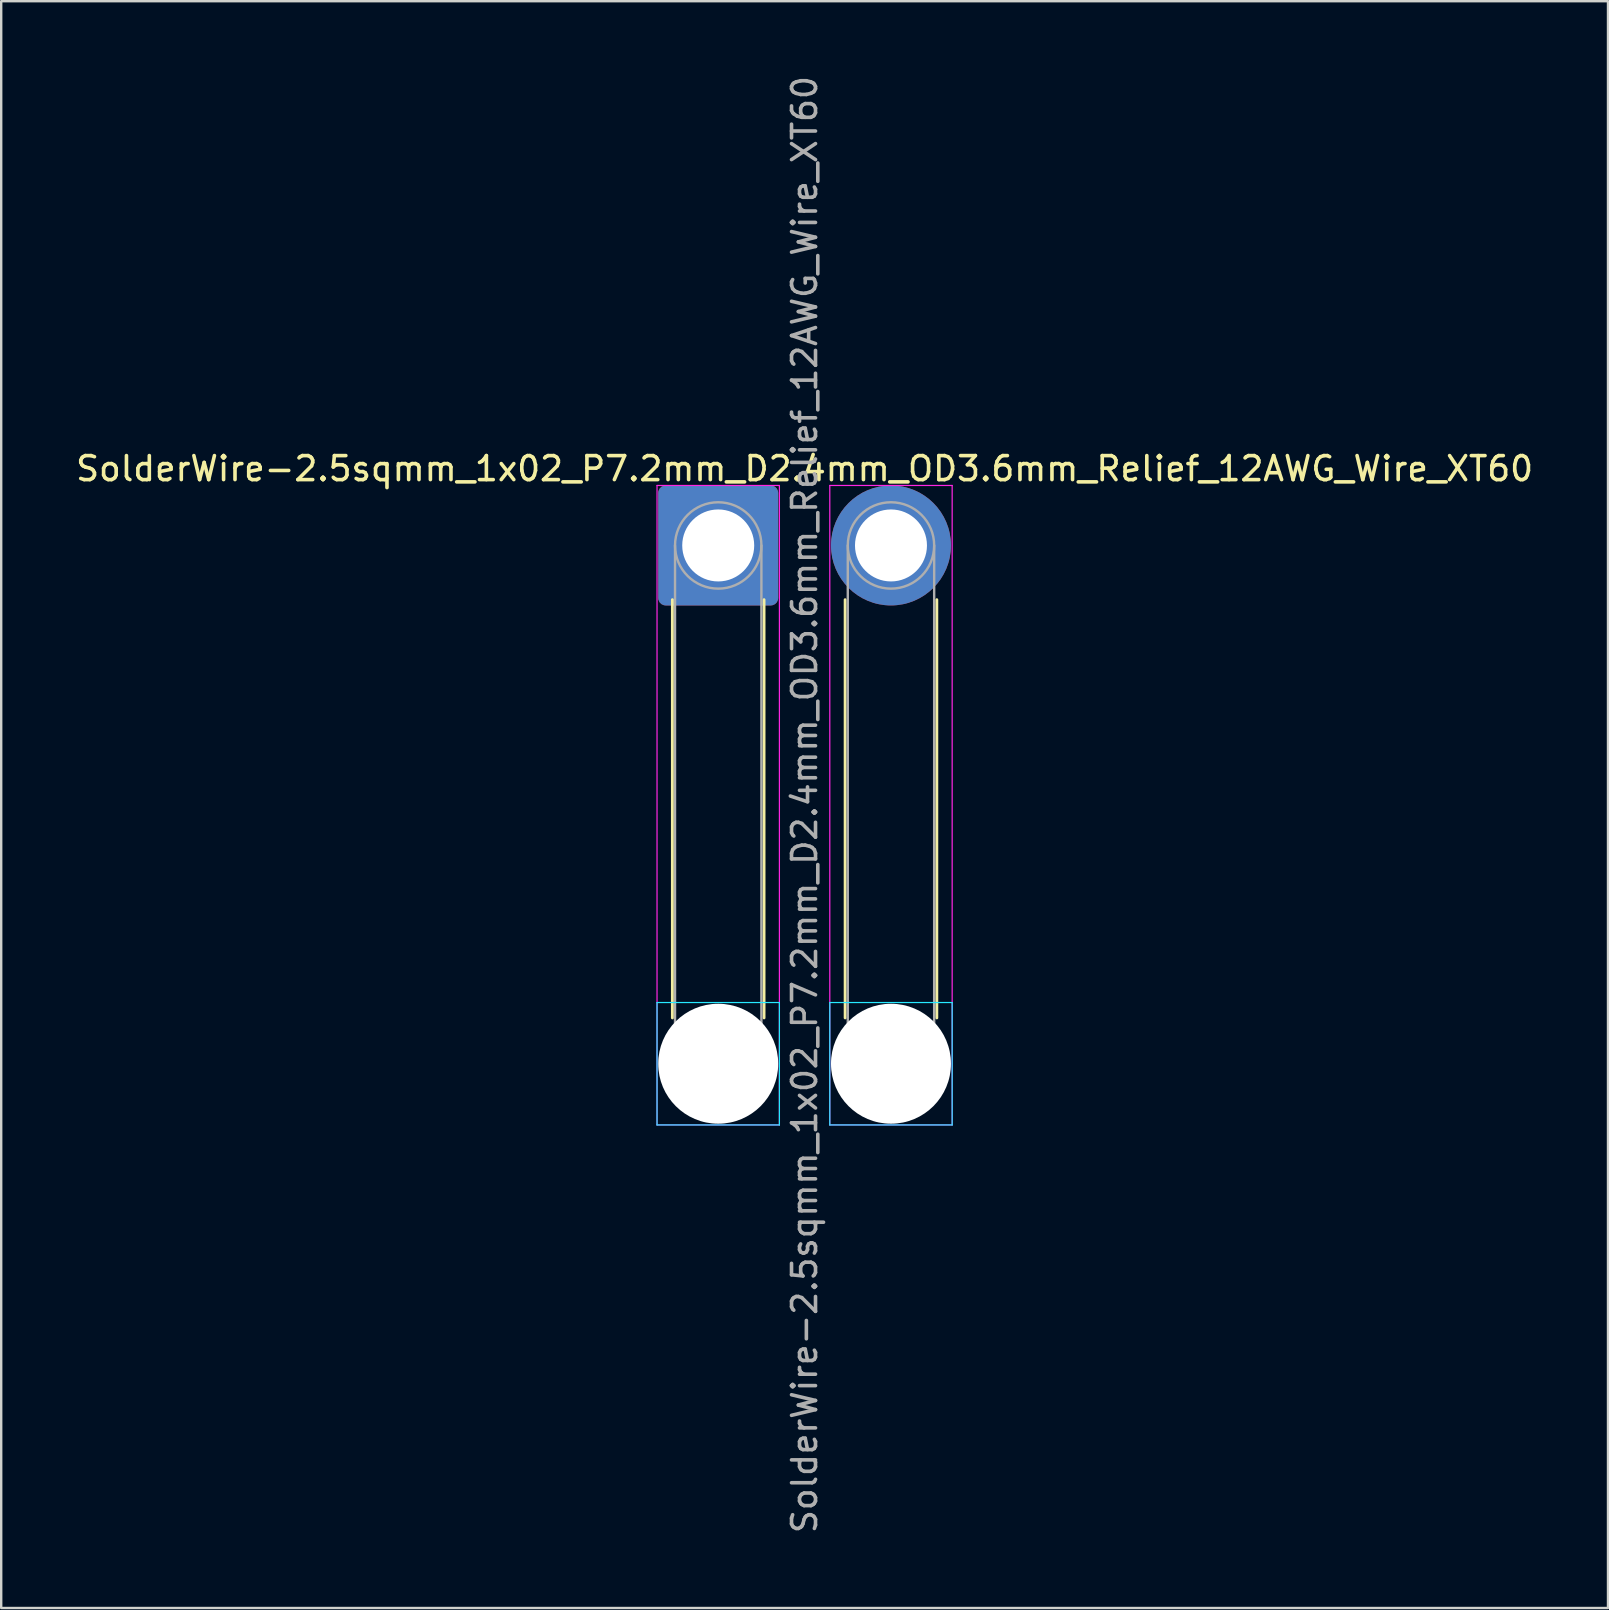
<source format=kicad_pcb>
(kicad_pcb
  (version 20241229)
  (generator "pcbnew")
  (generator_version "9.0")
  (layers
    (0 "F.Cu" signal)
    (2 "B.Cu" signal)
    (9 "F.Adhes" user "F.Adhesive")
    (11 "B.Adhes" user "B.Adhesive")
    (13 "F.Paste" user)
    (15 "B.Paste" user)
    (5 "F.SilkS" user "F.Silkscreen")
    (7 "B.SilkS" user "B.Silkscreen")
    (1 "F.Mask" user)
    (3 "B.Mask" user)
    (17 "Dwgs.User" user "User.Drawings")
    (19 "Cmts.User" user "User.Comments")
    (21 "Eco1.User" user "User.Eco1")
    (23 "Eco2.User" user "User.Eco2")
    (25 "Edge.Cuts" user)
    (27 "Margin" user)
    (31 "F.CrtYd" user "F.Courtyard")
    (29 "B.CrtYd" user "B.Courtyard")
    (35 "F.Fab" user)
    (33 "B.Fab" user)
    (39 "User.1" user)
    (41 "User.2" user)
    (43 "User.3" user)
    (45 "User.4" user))
  (footprint "SolderWire-2.5sqmm_1x02_P7.2mm_D2.4mm_OD3.6mm_Relief_12AWG_Wire_XT60"
    (layer "F.Cu")
    (at 26.882 19.682)
    (property "Reference" "SolderWire-2.5sqmm_1x02_P7.2mm_D2.4mm_OD3.6mm_Relief_12AWG_Wire_XT60" (at 3.6 -3.2 0) (layer "F.SilkS") (effects (font (size 1 1) (thickness 0.15))))
    (attr exclude_from_pos_files exclude_from_bom)
    (fp_line (start -1.91 2.26) (end -1.91 19.69) (stroke (width 0.12) (type solid)) (layer "F.SilkS"))
    (fp_line (start 1.91 2.26) (end 1.91 19.69) (stroke (width 0.12) (type solid)) (layer "F.SilkS"))
    (fp_line (start 5.29 2.26) (end 5.29 19.69) (stroke (width 0.12) (type solid)) (layer "F.SilkS"))
    (fp_line (start 9.11 2.26) (end 9.11 19.69) (stroke (width 0.12) (type solid)) (layer "F.SilkS"))
    (fp_line (start -2.55 19.05) (end -2.55 24.15) (stroke (width 0.05) (type solid)) (layer "B.CrtYd"))
    (fp_line (start -2.55 24.15) (end 2.55 24.15) (stroke (width 0.05) (type solid)) (layer "B.CrtYd"))
    (fp_line (start 2.55 19.05) (end -2.55 19.05) (stroke (width 0.05) (type solid)) (layer "B.CrtYd"))
    (fp_line (start 2.55 24.15) (end 2.55 19.05) (stroke (width 0.05) (type solid)) (layer "B.CrtYd"))
    (fp_line (start 4.65 19.05) (end 4.65 24.15) (stroke (width 0.05) (type solid)) (layer "B.CrtYd"))
    (fp_line (start 4.65 24.15) (end 9.75 24.15) (stroke (width 0.05) (type solid)) (layer "B.CrtYd"))
    (fp_line (start 9.75 19.05) (end 4.65 19.05) (stroke (width 0.05) (type solid)) (layer "B.CrtYd"))
    (fp_line (start 9.75 24.15) (end 9.75 19.05) (stroke (width 0.05) (type solid)) (layer "B.CrtYd"))
    (fp_line (start -2.55 -2.5) (end -2.55 24.15) (stroke (width 0.05) (type solid)) (layer "F.CrtYd"))
    (fp_line (start -2.55 24.15) (end 2.55 24.15) (stroke (width 0.05) (type solid)) (layer "F.CrtYd"))
    (fp_line (start 2.55 -2.5) (end -2.55 -2.5) (stroke (width 0.05) (type solid)) (layer "F.CrtYd"))
    (fp_line (start 2.55 24.15) (end 2.55 -2.5) (stroke (width 0.05) (type solid)) (layer "F.CrtYd"))
    (fp_line (start 4.65 -2.5) (end 4.65 24.15) (stroke (width 0.05) (type solid)) (layer "F.CrtYd"))
    (fp_line (start 4.65 24.15) (end 9.75 24.15) (stroke (width 0.05) (type solid)) (layer "F.CrtYd"))
    (fp_line (start 9.75 -2.5) (end 4.65 -2.5) (stroke (width 0.05) (type solid)) (layer "F.CrtYd"))
    (fp_line (start 9.75 24.15) (end 9.75 -2.5) (stroke (width 0.05) (type solid)) (layer "F.CrtYd"))
    (fp_line (start -1.8 0) (end -1.8 21.6) (stroke (width 0.1) (type solid)) (layer "F.Fab"))
    (fp_line (start 1.8 0) (end 1.8 21.6) (stroke (width 0.1) (type solid)) (layer "F.Fab"))
    (fp_line (start 5.4 0) (end 5.4 21.6) (stroke (width 0.1) (type solid)) (layer "F.Fab"))
    (fp_line (start 9 0) (end 9 21.6) (stroke (width 0.1) (type solid)) (layer "F.Fab"))
    (fp_circle (center 0 0) (end 1.8 0) (stroke (width 0.1) (type solid)) (fill no) (layer "F.Fab"))
    (fp_circle (center 0 21.6) (end 1.8 21.6) (stroke (width 0.1) (type solid)) (fill no) (layer "F.Fab"))
    (fp_circle (center 7.2 0) (end 9 0) (stroke (width 0.1) (type solid)) (fill no) (layer "F.Fab"))
    (fp_circle (center 7.2 21.6) (end 9 21.6) (stroke (width 0.1) (type solid)) (fill no) (layer "F.Fab"))
    (fp_text user "${REFERENCE}" (at 3.6 10.8 90) (layer "F.Fab") (effects (font (size 1 1) (thickness 0.15))))
    (pad "" np_thru_hole circle (at 0 21.6) (size 5 5) (drill 5) (layers "*.Cu" "*.Mask"))
    (pad "" np_thru_hole circle (at 7.2 21.6) (size 5 5) (drill 5) (layers "*.Cu" "*.Mask"))
    (pad "1" thru_hole roundrect (at 0 0) (size 5 5) (drill 3) (layers "*.Cu" "*.Mask") (roundrect_rratio 0.062))
    (pad "2" thru_hole circle (at 7.2 0) (size 5 5) (drill 3) (layers "*.Cu" "*.Mask")))
  (gr_rect
    (start -3 -3)
    (end 63.964 63.964)
    (stroke (width 0.1) (type default))
    (fill no)
    (layer "Edge.Cuts")))
</source>
